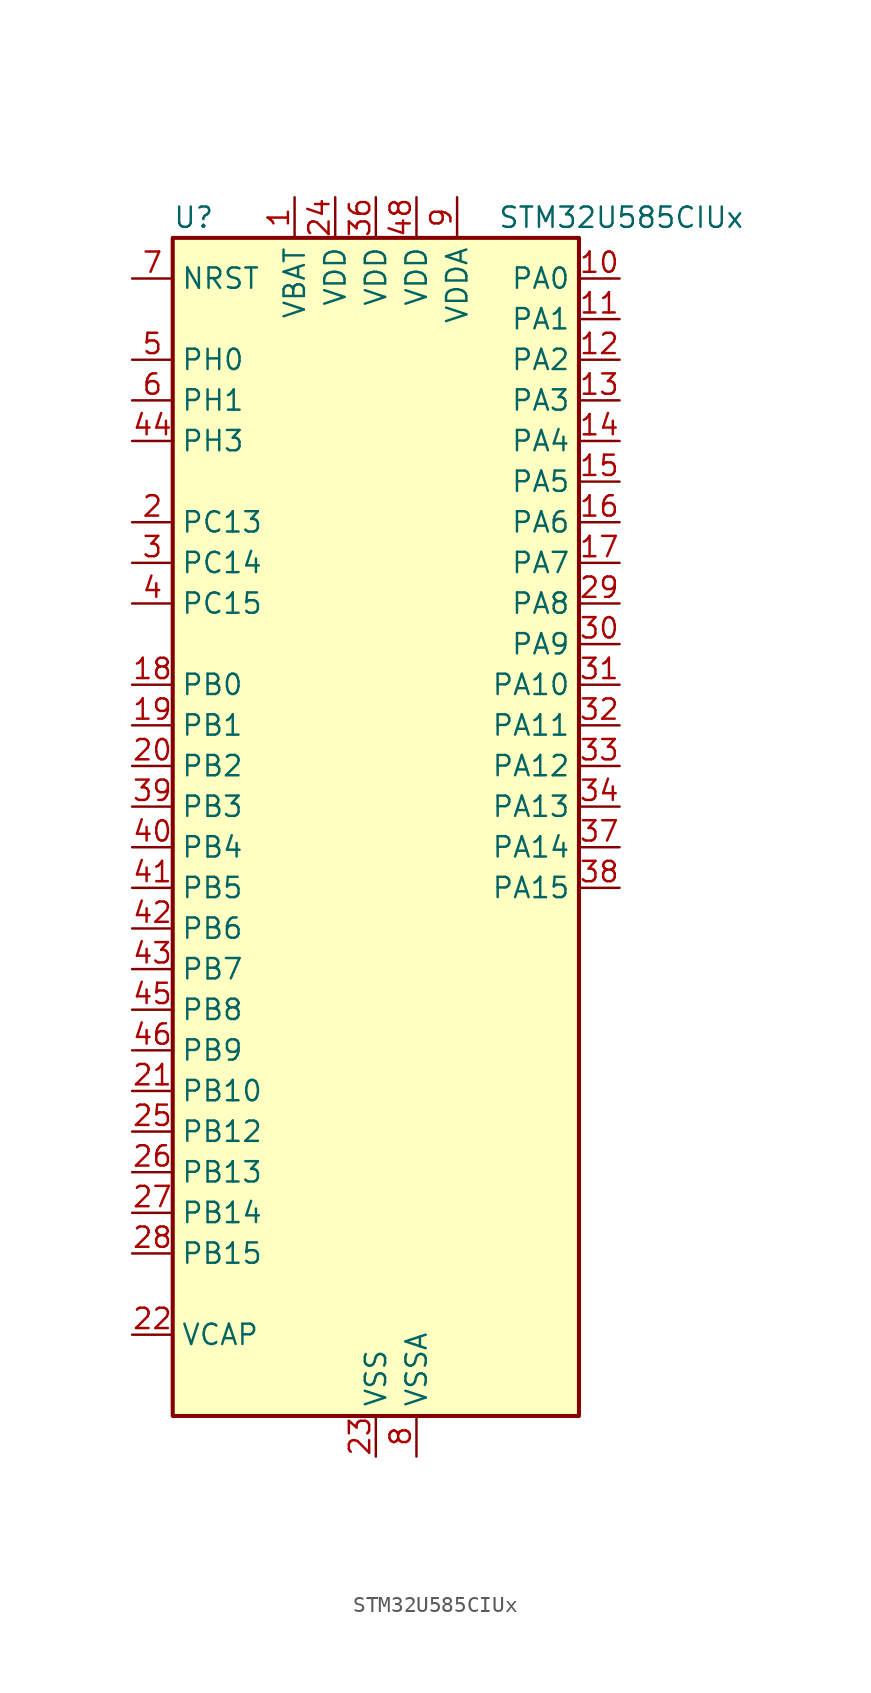
<source format=kicad_sym>
(kicad_symbol_lib
  (version 20211014)
  (generator kicad-library-utils)
  (symbol "STM32U585CIUx"
    (property "Reference" "U"
      (at -12.7 39.37 0)
      (effects (font (size 1.27 1.27)) (justify left)))
    (property "Value" "STM32U585CIUx"
      (at 7.62 39.37 0)
      (effects (font (size 1.27 1.27)) (justify left)))
    (property "ki_fp_filters" "QFN*1EP*7x7mm*P0.5mm*"
      (at 0.0 0.0 0.0)
      (effects (font (size 1.27 1.27))))
    (symbol "STM32U585CIUx_0_1"
      (rectangle (start -12.7 -35.56) (end 12.7 38.1) (stroke (width 0.254)) (fill (type background))))
    (symbol "STM32U585CIUx_1_1"
      (pin input line (at -15.24 35.56 0) (length 2.54) (name "NRST" (effects (font (size 1.27 1.27)))) (number "7" (effects (font (size 1.27 1.27)))))
      (pin bidirectional line (at -15.24 30.48 0) (length 2.54) (name "PH0" (effects (font (size 1.27 1.27)))) (number "5" (effects (font (size 1.27 1.27)))) (alternate "RCC_OSC_IN" bidirectional line))
      (pin bidirectional line (at -15.24 27.94 0) (length 2.54) (name "PH1" (effects (font (size 1.27 1.27)))) (number "6" (effects (font (size 1.27 1.27)))) (alternate "RCC_OSC_OUT" bidirectional line))
      (pin bidirectional line (at -15.24 25.4 0) (length 2.54) (name "PH3" (effects (font (size 1.27 1.27)))) (number "44" (effects (font (size 1.27 1.27)))))
      (pin bidirectional line (at -15.24 20.32 0) (length 2.54) (name "PC13" (effects (font (size 1.27 1.27)))) (number "2" (effects (font (size 1.27 1.27)))) (alternate "PWR_WKUP2" bidirectional line) (alternate "RTC_OUT1" bidirectional line) (alternate "RTC_TS" bidirectional line) (alternate "TAMP_IN1" bidirectional line) (alternate "TAMP_OUT2" bidirectional line))
      (pin bidirectional line (at -15.24 17.78 0) (length 2.54) (name "PC14" (effects (font (size 1.27 1.27)))) (number "3" (effects (font (size 1.27 1.27)))) (alternate "RCC_OSC32_IN" bidirectional line))
      (pin bidirectional line (at -15.24 15.24 0) (length 2.54) (name "PC15" (effects (font (size 1.27 1.27)))) (number "4" (effects (font (size 1.27 1.27)))) (alternate "ADC1_EXTI15" bidirectional line) (alternate "ADC4_EXTI15" bidirectional line) (alternate "RCC_OSC32_OUT" bidirectional line))
      (pin bidirectional line (at -15.24 10.16 0) (length 2.54) (name "PB0" (effects (font (size 1.27 1.27)))) (number "18" (effects (font (size 1.27 1.27)))) (alternate "ADC1_IN15" bidirectional line) (alternate "ADC4_IN18" bidirectional line) (alternate "AUDIOCLK" bidirectional line) (alternate "COMP1_OUT" bidirectional line) (alternate "LPTIM3_CH1" bidirectional line) (alternate "OCTOSPIM_P1_IO1" bidirectional line) (alternate "OPAMP2_VOUT" bidirectional line) (alternate "SPI1_NSS" bidirectional line) (alternate "TIM1_CH2N" bidirectional line) (alternate "TIM3_CH3" bidirectional line) (alternate "TIM8_CH2N" bidirectional line) (alternate "USART3_CK" bidirectional line))
      (pin bidirectional line (at -15.24 7.62 0) (length 2.54) (name "PB1" (effects (font (size 1.27 1.27)))) (number "19" (effects (font (size 1.27 1.27)))) (alternate "ADC1_IN16" bidirectional line) (alternate "ADC4_IN19" bidirectional line) (alternate "COMP1_INM" bidirectional line) (alternate "LPTIM2_IN1" bidirectional line) (alternate "LPTIM3_CH2" bidirectional line) (alternate "LPUART1_DE" bidirectional line) (alternate "LPUART1_RTS" bidirectional line) (alternate "MDF1_SDI0" bidirectional line) (alternate "OCTOSPIM_P1_IO0" bidirectional line) (alternate "PWR_WKUP4" bidirectional line) (alternate "TIM1_CH3N" bidirectional line) (alternate "TIM3_CH4" bidirectional line) (alternate "TIM8_CH3N" bidirectional line) (alternate "USART3_DE" bidirectional line) (alternate "USART3_RTS" bidirectional line))
      (pin bidirectional line (at -15.24 5.08 0) (length 2.54) (name "PB2" (effects (font (size 1.27 1.27)))) (number "20" (effects (font (size 1.27 1.27)))) (alternate "ADC1_IN17" bidirectional line) (alternate "COMP1_INP" bidirectional line) (alternate "I2C3_SMBA" bidirectional line) (alternate "LPTIM1_CH1" bidirectional line) (alternate "MDF1_CKI0" bidirectional line) (alternate "OCTOSPIM_P1_DQS" bidirectional line) (alternate "PWR_WKUP1" bidirectional line) (alternate "RTC_OUT2" bidirectional line) (alternate "SPI1_RDY" bidirectional line) (alternate "TIM8_CH4N" bidirectional line) (alternate "UCPD1_FRSTX1" bidirectional line))
      (pin bidirectional line (at -15.24 2.54 0) (length 2.54) (name "PB3" (effects (font (size 1.27 1.27)))) (number "39" (effects (font (size 1.27 1.27)))) (alternate "ADF1_CCK0" bidirectional line) (alternate "COMP2_INM" bidirectional line) (alternate "CRS_SYNC" bidirectional line) (alternate "DEBUG_JTDO-SWO" bidirectional line) (alternate "I2C1_SDA" bidirectional line) (alternate "LPTIM1_CH1" bidirectional line) (alternate "SAI1_SCK_B" bidirectional line) (alternate "SPI1_SCK" bidirectional line) (alternate "SPI3_SCK" bidirectional line) (alternate "TIM2_CH2" bidirectional line) (alternate "USART1_DE" bidirectional line) (alternate "USART1_RTS" bidirectional line))
      (pin bidirectional line (at -15.24 0.0 0) (length 2.54) (name "PB4" (effects (font (size 1.27 1.27)))) (number "40" (effects (font (size 1.27 1.27)))) (alternate "ADF1_SDI0" bidirectional line) (alternate "COMP2_INP" bidirectional line) (alternate "DEBUG_JTRST" bidirectional line) (alternate "I2C3_SDA" bidirectional line) (alternate "LPTIM1_CH2" bidirectional line) (alternate "SAI1_MCLK_B" bidirectional line) (alternate "SPI1_MISO" bidirectional line) (alternate "SPI3_MISO" bidirectional line) (alternate "TIM17_BKIN" bidirectional line) (alternate "TIM3_CH1" bidirectional line) (alternate "TSC_G2_IO1" bidirectional line) (alternate "USART1_CTS" bidirectional line))
      (pin bidirectional line (at -15.24 -2.54 0) (length 2.54) (name "PB5" (effects (font (size 1.27 1.27)))) (number "41" (effects (font (size 1.27 1.27)))) (alternate "COMP2_OUT" bidirectional line) (alternate "I2C1_SMBA" bidirectional line) (alternate "LPTIM1_IN1" bidirectional line) (alternate "OCTOSPIM_P1_NCLK" bidirectional line) (alternate "PWR_WKUP6" bidirectional line) (alternate "SAI1_SD_B" bidirectional line) (alternate "SPI1_MOSI" bidirectional line) (alternate "SPI3_MOSI" bidirectional line) (alternate "TIM16_BKIN" bidirectional line) (alternate "TIM3_CH2" bidirectional line) (alternate "TSC_G2_IO2" bidirectional line) (alternate "UCPD1_DBCC1" bidirectional line) (alternate "USART1_CK" bidirectional line))
      (pin bidirectional line (at -15.24 -5.08 0) (length 2.54) (name "PB6" (effects (font (size 1.27 1.27)))) (number "42" (effects (font (size 1.27 1.27)))) (alternate "COMP2_INP" bidirectional line) (alternate "I2C1_SCL" bidirectional line) (alternate "I2C4_SCL" bidirectional line) (alternate "LPTIM1_ETR" bidirectional line) (alternate "MDF1_SDI5" bidirectional line) (alternate "PWR_WKUP3" bidirectional line) (alternate "SAI1_FS_B" bidirectional line) (alternate "TIM16_CH1N" bidirectional line) (alternate "TIM4_CH1" bidirectional line) (alternate "TIM8_BKIN2" bidirectional line) (alternate "TSC_G2_IO3" bidirectional line) (alternate "USART1_TX" bidirectional line))
      (pin bidirectional line (at -15.24 -7.62 0) (length 2.54) (name "PB7" (effects (font (size 1.27 1.27)))) (number "43" (effects (font (size 1.27 1.27)))) (alternate "COMP2_INM" bidirectional line) (alternate "I2C1_SDA" bidirectional line) (alternate "I2C4_SDA" bidirectional line) (alternate "LPTIM1_IN2" bidirectional line) (alternate "MDF1_CKI5" bidirectional line) (alternate "PWR_PVD_IN" bidirectional line) (alternate "PWR_WKUP4" bidirectional line) (alternate "TIM17_CH1N" bidirectional line) (alternate "TIM4_CH2" bidirectional line) (alternate "TIM8_BKIN" bidirectional line) (alternate "TSC_G2_IO4" bidirectional line) (alternate "UART4_CTS" bidirectional line) (alternate "USART1_RX" bidirectional line))
      (pin bidirectional line (at -15.24 -10.16 0) (length 2.54) (name "PB8" (effects (font (size 1.27 1.27)))) (number "45" (effects (font (size 1.27 1.27)))) (alternate "FDCAN1_RX" bidirectional line) (alternate "I2C1_SCL" bidirectional line) (alternate "MDF1_CCK0" bidirectional line) (alternate "PWR_WKUP5" bidirectional line) (alternate "SAI1_CK1" bidirectional line) (alternate "SAI1_MCLK_A" bidirectional line) (alternate "SPI3_RDY" bidirectional line) (alternate "TIM16_CH1" bidirectional line) (alternate "TIM4_CH3" bidirectional line))
      (pin bidirectional line (at -15.24 -12.7 0) (length 2.54) (name "PB9" (effects (font (size 1.27 1.27)))) (number "46" (effects (font (size 1.27 1.27)))) (alternate "DAC1_EXTI9" bidirectional line) (alternate "FDCAN1_TX" bidirectional line) (alternate "I2C1_SDA" bidirectional line) (alternate "IR_OUT" bidirectional line) (alternate "SAI1_D2" bidirectional line) (alternate "SAI1_FS_A" bidirectional line) (alternate "SPI2_NSS" bidirectional line) (alternate "TIM17_CH1" bidirectional line) (alternate "TIM4_CH4" bidirectional line))
      (pin bidirectional line (at -15.24 -15.24 0) (length 2.54) (name "PB10" (effects (font (size 1.27 1.27)))) (number "21" (effects (font (size 1.27 1.27)))) (alternate "COMP1_OUT" bidirectional line) (alternate "I2C2_SCL" bidirectional line) (alternate "I2C4_SCL" bidirectional line) (alternate "LPTIM3_CH1" bidirectional line) (alternate "LPUART1_RX" bidirectional line) (alternate "OCTOSPIM_P1_CLK" bidirectional line) (alternate "PWR_WKUP8" bidirectional line) (alternate "SAI1_SCK_A" bidirectional line) (alternate "SPI2_SCK" bidirectional line) (alternate "TIM2_CH3" bidirectional line) (alternate "TSC_SYNC" bidirectional line) (alternate "USART3_TX" bidirectional line))
      (pin bidirectional line (at -15.24 -17.78 0) (length 2.54) (name "PB12" (effects (font (size 1.27 1.27)))) (number "25" (effects (font (size 1.27 1.27)))) (alternate "I2C2_SMBA" bidirectional line) (alternate "LPUART1_DE" bidirectional line) (alternate "LPUART1_RTS" bidirectional line) (alternate "MDF1_SDI1" bidirectional line) (alternate "OCTOSPIM_P1_NCLK" bidirectional line) (alternate "SPI2_NSS" bidirectional line) (alternate "TIM15_BKIN" bidirectional line) (alternate "TIM1_BKIN" bidirectional line) (alternate "TSC_G1_IO1" bidirectional line) (alternate "USART3_CK" bidirectional line))
      (pin bidirectional line (at -15.24 -20.32 0) (length 2.54) (name "PB13" (effects (font (size 1.27 1.27)))) (number "26" (effects (font (size 1.27 1.27)))) (alternate "I2C2_SCL" bidirectional line) (alternate "LPTIM3_IN1" bidirectional line) (alternate "LPUART1_CTS" bidirectional line) (alternate "MDF1_CKI1" bidirectional line) (alternate "SPI2_SCK" bidirectional line) (alternate "TIM15_CH1N" bidirectional line) (alternate "TIM1_CH1N" bidirectional line) (alternate "TSC_G1_IO2" bidirectional line) (alternate "USART3_CTS" bidirectional line))
      (pin bidirectional line (at -15.24 -22.86 0) (length 2.54) (name "PB14" (effects (font (size 1.27 1.27)))) (number "27" (effects (font (size 1.27 1.27)))) (alternate "I2C2_SDA" bidirectional line) (alternate "LPTIM3_ETR" bidirectional line) (alternate "MDF1_SDI2" bidirectional line) (alternate "SPI2_MISO" bidirectional line) (alternate "TIM15_CH1" bidirectional line) (alternate "TIM1_CH2N" bidirectional line) (alternate "TIM8_CH2N" bidirectional line) (alternate "TSC_G1_IO3" bidirectional line) (alternate "UCPD1_DBCC2" bidirectional line) (alternate "USART3_DE" bidirectional line) (alternate "USART3_RTS" bidirectional line))
      (pin bidirectional line (at -15.24 -25.4 0) (length 2.54) (name "PB15" (effects (font (size 1.27 1.27)))) (number "28" (effects (font (size 1.27 1.27)))) (alternate "ADC1_EXTI15" bidirectional line) (alternate "ADC4_EXTI15" bidirectional line) (alternate "LPTIM2_IN2" bidirectional line) (alternate "MDF1_CKI2" bidirectional line) (alternate "PWR_WKUP7" bidirectional line) (alternate "RTC_REFIN" bidirectional line) (alternate "SPI2_MOSI" bidirectional line) (alternate "TIM15_CH2" bidirectional line) (alternate "TIM1_CH3N" bidirectional line) (alternate "TIM8_CH3N" bidirectional line) (alternate "UCPD1_CC2" bidirectional line))
      (pin power_out line (at -15.24 -30.48 0) (length 2.54) (name "VCAP" (effects (font (size 1.27 1.27)))) (number "22" (effects (font (size 1.27 1.27)))))
      (pin bidirectional line (at 15.24 35.56 180) (length 2.54) (name "PA0" (effects (font (size 1.27 1.27)))) (number "10" (effects (font (size 1.27 1.27)))) (alternate "ADC1_IN5" bidirectional line) (alternate "AUDIOCLK" bidirectional line) (alternate "OCTOSPIM_P2_NCS" bidirectional line) (alternate "OPAMP1_VINP" bidirectional line) (alternate "PWR_WKUP1" bidirectional line) (alternate "SPI3_RDY" bidirectional line) (alternate "TAMP_IN2" bidirectional line) (alternate "TAMP_OUT1" bidirectional line) (alternate "TIM2_CH1" bidirectional line) (alternate "TIM2_ETR" bidirectional line) (alternate "TIM5_CH1" bidirectional line) (alternate "TIM8_ETR" bidirectional line) (alternate "UART4_TX" bidirectional line) (alternate "USART2_CTS" bidirectional line))
      (pin bidirectional line (at 15.24 33.02 180) (length 2.54) (name "PA1" (effects (font (size 1.27 1.27)))) (number "11" (effects (font (size 1.27 1.27)))) (alternate "ADC1_IN6" bidirectional line) (alternate "I2C1_SMBA" bidirectional line) (alternate "LPTIM1_CH2" bidirectional line) (alternate "OCTOSPIM_P1_DQS" bidirectional line) (alternate "OPAMP1_VINM" bidirectional line) (alternate "PWR_WKUP3" bidirectional line) (alternate "SPI1_SCK" bidirectional line) (alternate "TAMP_IN5" bidirectional line) (alternate "TAMP_OUT4" bidirectional line) (alternate "TIM15_CH1N" bidirectional line) (alternate "TIM2_CH2" bidirectional line) (alternate "TIM5_CH2" bidirectional line) (alternate "UART4_RX" bidirectional line) (alternate "USART2_DE" bidirectional line) (alternate "USART2_RTS" bidirectional line))
      (pin bidirectional line (at 15.24 30.48 180) (length 2.54) (name "PA2" (effects (font (size 1.27 1.27)))) (number "12" (effects (font (size 1.27 1.27)))) (alternate "ADC1_IN7" bidirectional line) (alternate "COMP1_INP" bidirectional line) (alternate "LPUART1_TX" bidirectional line) (alternate "OCTOSPIM_P1_NCS" bidirectional line) (alternate "PWR_WKUP4" bidirectional line) (alternate "RCC_LSCO" bidirectional line) (alternate "SPI1_RDY" bidirectional line) (alternate "TIM15_CH1" bidirectional line) (alternate "TIM2_CH3" bidirectional line) (alternate "TIM5_CH3" bidirectional line) (alternate "UCPD1_FRSTX1" bidirectional line) (alternate "USART2_TX" bidirectional line))
      (pin bidirectional line (at 15.24 27.94 180) (length 2.54) (name "PA3" (effects (font (size 1.27 1.27)))) (number "13" (effects (font (size 1.27 1.27)))) (alternate "ADC1_IN8" bidirectional line) (alternate "LPUART1_RX" bidirectional line) (alternate "OCTOSPIM_P1_CLK" bidirectional line) (alternate "OPAMP1_VOUT" bidirectional line) (alternate "PWR_WKUP5" bidirectional line) (alternate "SAI1_CK1" bidirectional line) (alternate "SAI1_MCLK_A" bidirectional line) (alternate "TIM15_CH2" bidirectional line) (alternate "TIM2_CH4" bidirectional line) (alternate "TIM5_CH4" bidirectional line) (alternate "USART2_RX" bidirectional line))
      (pin bidirectional line (at 15.24 25.4 180) (length 2.54) (name "PA4" (effects (font (size 1.27 1.27)))) (number "14" (effects (font (size 1.27 1.27)))) (alternate "ADC1_IN9" bidirectional line) (alternate "ADC4_IN9" bidirectional line) (alternate "DAC1_OUT1" bidirectional line) (alternate "LPTIM2_CH1" bidirectional line) (alternate "OCTOSPIM_P1_NCS" bidirectional line) (alternate "PWR_WKUP2" bidirectional line) (alternate "SAI1_FS_B" bidirectional line) (alternate "SPI1_NSS" bidirectional line) (alternate "SPI3_NSS" bidirectional line) (alternate "USART2_CK" bidirectional line))
      (pin bidirectional line (at 15.24 22.86 180) (length 2.54) (name "PA5" (effects (font (size 1.27 1.27)))) (number "15" (effects (font (size 1.27 1.27)))) (alternate "ADC1_IN10" bidirectional line) (alternate "ADC4_IN10" bidirectional line) (alternate "DAC1_OUT2" bidirectional line) (alternate "LPTIM2_ETR" bidirectional line) (alternate "PWR_CSLEEP" bidirectional line) (alternate "PWR_WKUP6" bidirectional line) (alternate "SPI1_SCK" bidirectional line) (alternate "TIM2_CH1" bidirectional line) (alternate "TIM2_ETR" bidirectional line) (alternate "TIM8_CH1N" bidirectional line) (alternate "USART3_RX" bidirectional line))
      (pin bidirectional line (at 15.24 20.32 180) (length 2.54) (name "PA6" (effects (font (size 1.27 1.27)))) (number "16" (effects (font (size 1.27 1.27)))) (alternate "ADC1_IN11" bidirectional line) (alternate "ADC4_IN11" bidirectional line) (alternate "LPUART1_CTS" bidirectional line) (alternate "OCTOSPIM_P1_IO3" bidirectional line) (alternate "OPAMP2_VINP" bidirectional line) (alternate "PWR_CDSTOP" bidirectional line) (alternate "PWR_WKUP7" bidirectional line) (alternate "SPI1_MISO" bidirectional line) (alternate "TIM16_CH1" bidirectional line) (alternate "TIM1_BKIN" bidirectional line) (alternate "TIM3_CH1" bidirectional line) (alternate "TIM8_BKIN" bidirectional line) (alternate "USART3_CTS" bidirectional line))
      (pin bidirectional line (at 15.24 17.78 180) (length 2.54) (name "PA7" (effects (font (size 1.27 1.27)))) (number "17" (effects (font (size 1.27 1.27)))) (alternate "ADC1_IN12" bidirectional line) (alternate "ADC4_IN20" bidirectional line) (alternate "I2C3_SCL" bidirectional line) (alternate "LPTIM2_CH2" bidirectional line) (alternate "OCTOSPIM_P1_IO2" bidirectional line) (alternate "OPAMP2_VINM" bidirectional line) (alternate "PWR_SRDSTOP" bidirectional line) (alternate "PWR_WKUP8" bidirectional line) (alternate "SPI1_MOSI" bidirectional line) (alternate "TIM17_CH1" bidirectional line) (alternate "TIM1_CH1N" bidirectional line) (alternate "TIM3_CH2" bidirectional line) (alternate "TIM8_CH1N" bidirectional line) (alternate "USART3_TX" bidirectional line))
      (pin bidirectional line (at 15.24 15.24 180) (length 2.54) (name "PA8" (effects (font (size 1.27 1.27)))) (number "29" (effects (font (size 1.27 1.27)))) (alternate "DEBUG_TRACECLK" bidirectional line) (alternate "LPTIM2_CH1" bidirectional line) (alternate "RCC_MCO" bidirectional line) (alternate "SAI1_CK2" bidirectional line) (alternate "SAI1_SCK_A" bidirectional line) (alternate "SPI1_RDY" bidirectional line) (alternate "TIM1_CH1" bidirectional line) (alternate "USART1_CK" bidirectional line) (alternate "USB_OTG_FS_SOF" bidirectional line))
      (pin bidirectional line (at 15.24 12.7 180) (length 2.54) (name "PA9" (effects (font (size 1.27 1.27)))) (number "30" (effects (font (size 1.27 1.27)))) (alternate "DAC1_EXTI9" bidirectional line) (alternate "SAI1_FS_A" bidirectional line) (alternate "SPI2_SCK" bidirectional line) (alternate "TIM15_BKIN" bidirectional line) (alternate "TIM1_CH2" bidirectional line) (alternate "USART1_TX" bidirectional line) (alternate "USB_OTG_FS_VBUS" bidirectional line))
      (pin bidirectional line (at 15.24 10.16 180) (length 2.54) (name "PA10" (effects (font (size 1.27 1.27)))) (number "31" (effects (font (size 1.27 1.27)))) (alternate "CRS_SYNC" bidirectional line) (alternate "LPTIM2_IN2" bidirectional line) (alternate "SAI1_D1" bidirectional line) (alternate "SAI1_SD_A" bidirectional line) (alternate "TIM17_BKIN" bidirectional line) (alternate "TIM1_CH3" bidirectional line) (alternate "USART1_RX" bidirectional line) (alternate "USB_OTG_FS_ID" bidirectional line))
      (pin bidirectional line (at 15.24 7.62 180) (length 2.54) (name "PA11" (effects (font (size 1.27 1.27)))) (number "32" (effects (font (size 1.27 1.27)))) (alternate "ADC1_EXTI11" bidirectional line) (alternate "FDCAN1_RX" bidirectional line) (alternate "SPI1_MISO" bidirectional line) (alternate "TIM1_BKIN2" bidirectional line) (alternate "TIM1_CH4" bidirectional line) (alternate "USART1_CTS" bidirectional line) (alternate "USB_OTG_FS_DM" bidirectional line))
      (pin bidirectional line (at 15.24 5.08 180) (length 2.54) (name "PA12" (effects (font (size 1.27 1.27)))) (number "33" (effects (font (size 1.27 1.27)))) (alternate "FDCAN1_TX" bidirectional line) (alternate "OCTOSPIM_P2_NCS" bidirectional line) (alternate "SPI1_MOSI" bidirectional line) (alternate "TIM1_ETR" bidirectional line) (alternate "USART1_DE" bidirectional line) (alternate "USART1_RTS" bidirectional line) (alternate "USB_OTG_FS_DP" bidirectional line))
      (pin bidirectional line (at 15.24 2.54 180) (length 2.54) (name "PA13" (effects (font (size 1.27 1.27)))) (number "34" (effects (font (size 1.27 1.27)))) (alternate "DEBUG_JTMS-SWDIO" bidirectional line) (alternate "IR_OUT" bidirectional line) (alternate "SAI1_SD_B" bidirectional line) (alternate "USB_OTG_FS_NOE" bidirectional line))
      (pin bidirectional line (at 15.24 0.0 180) (length 2.54) (name "PA14" (effects (font (size 1.27 1.27)))) (number "37" (effects (font (size 1.27 1.27)))) (alternate "DEBUG_JTCK-SWCLK" bidirectional line) (alternate "I2C1_SMBA" bidirectional line) (alternate "I2C4_SMBA" bidirectional line) (alternate "LPTIM1_CH1" bidirectional line) (alternate "SAI1_FS_B" bidirectional line) (alternate "USB_OTG_FS_SOF" bidirectional line))
      (pin bidirectional line (at 15.24 -2.54 180) (length 2.54) (name "PA15" (effects (font (size 1.27 1.27)))) (number "38" (effects (font (size 1.27 1.27)))) (alternate "ADC1_EXTI15" bidirectional line) (alternate "ADC4_EXTI15" bidirectional line) (alternate "DEBUG_JTDI" bidirectional line) (alternate "SPI1_NSS" bidirectional line) (alternate "SPI3_NSS" bidirectional line) (alternate "TIM2_CH1" bidirectional line) (alternate "TIM2_ETR" bidirectional line) (alternate "UART4_DE" bidirectional line) (alternate "UART4_RTS" bidirectional line) (alternate "UCPD1_CC1" bidirectional line) (alternate "USART2_RX" bidirectional line) (alternate "USART3_DE" bidirectional line) (alternate "USART3_RTS" bidirectional line))
      (pin power_in line (at -5.08 40.64 270) (length 2.54) (name "VBAT" (effects (font (size 1.27 1.27)))) (number "1" (effects (font (size 1.27 1.27)))))
      (pin power_in line (at -2.54 40.64 270) (length 2.54) (name "VDD" (effects (font (size 1.27 1.27)))) (number "24" (effects (font (size 1.27 1.27)))))
      (pin power_in line (at 0.0 40.64 270) (length 2.54) (name "VDD" (effects (font (size 1.27 1.27)))) (number "36" (effects (font (size 1.27 1.27)))))
      (pin power_in line (at 2.54 40.64 270) (length 2.54) (name "VDD" (effects (font (size 1.27 1.27)))) (number "48" (effects (font (size 1.27 1.27)))))
      (pin power_in line (at 5.08 40.64 270) (length 2.54) (name "VDDA" (effects (font (size 1.27 1.27)))) (number "9" (effects (font (size 1.27 1.27)))))
      (pin power_in line (at 0.0 -38.1 90) (length 2.54) (name "VSS" (effects (font (size 1.27 1.27)))) (number "23" (effects (font (size 1.27 1.27)))))
      (pin passive line (at 0.0 -38.1 90) (length 2.54) hide (name "VSS" (effects (font (size 1.27 1.27)))) (number "35" (effects (font (size 1.27 1.27)))))
      (pin passive line (at 0.0 -38.1 90) (length 2.54) hide (name "VSS" (effects (font (size 1.27 1.27)))) (number "47" (effects (font (size 1.27 1.27)))))
      (pin passive line (at 0.0 -38.1 90) (length 2.54) hide (name "VSS" (effects (font (size 1.27 1.27)))) (number "49" (effects (font (size 1.27 1.27)))))
      (pin power_in line (at 2.54 -38.1 90) (length 2.54) (name "VSSA" (effects (font (size 1.27 1.27)))) (number "8" (effects (font (size 1.27 1.27))))))))
</source>
